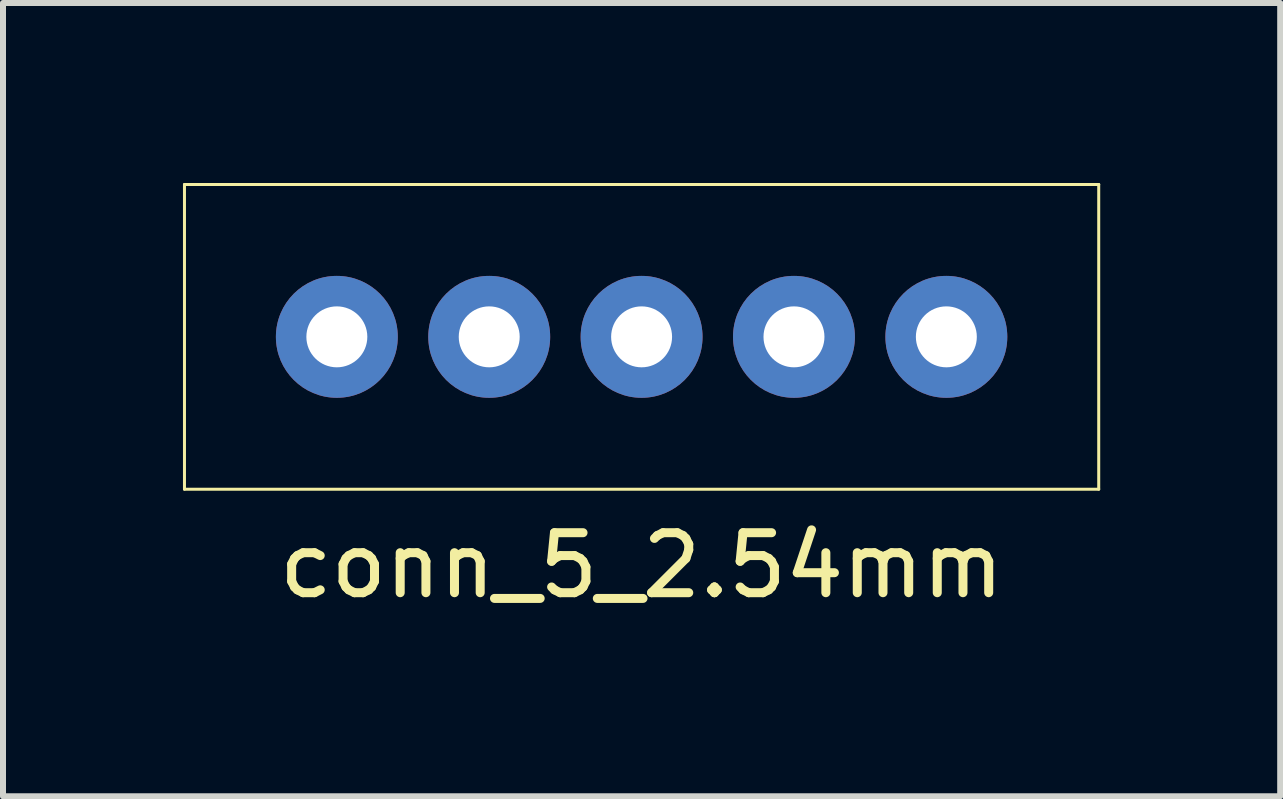
<source format=kicad_pcb>
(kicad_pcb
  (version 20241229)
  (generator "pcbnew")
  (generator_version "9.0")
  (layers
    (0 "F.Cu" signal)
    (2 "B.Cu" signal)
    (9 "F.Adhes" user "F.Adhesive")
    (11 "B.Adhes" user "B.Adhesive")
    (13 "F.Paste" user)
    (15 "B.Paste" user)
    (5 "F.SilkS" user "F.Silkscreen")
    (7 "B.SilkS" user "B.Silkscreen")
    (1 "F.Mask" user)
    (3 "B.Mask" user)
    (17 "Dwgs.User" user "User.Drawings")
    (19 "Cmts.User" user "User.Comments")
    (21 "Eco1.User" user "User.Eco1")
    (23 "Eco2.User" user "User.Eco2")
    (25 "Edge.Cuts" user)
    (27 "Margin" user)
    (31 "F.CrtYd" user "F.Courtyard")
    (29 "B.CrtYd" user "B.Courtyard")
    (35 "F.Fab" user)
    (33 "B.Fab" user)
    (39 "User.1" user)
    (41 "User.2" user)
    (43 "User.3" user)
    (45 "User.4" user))
  (footprint "conn_5_2.54mm"
    (layer "F.Cu")
    (at 2.565 2.565)
    (property "Reference" "conn_5_2.54mm" (at 5.08 3.81 0) (layer "F.SilkS") (effects (font (size 1 1) (thickness 0.15))))
    (attr through_hole)
    (fp_line (start -2.54 -2.54) (end 12.7 -2.54) (stroke (width 0.05) (type solid)) (layer "F.SilkS"))
    (fp_line (start -2.54 2.54) (end -2.54 -2.54) (stroke (width 0.05) (type solid)) (layer "F.SilkS"))
    (fp_line (start 12.7 -2.54) (end 12.7 2.54) (stroke (width 0.05) (type solid)) (layer "F.SilkS"))
    (fp_line (start 12.7 2.54) (end -2.54 2.54) (stroke (width 0.05) (type solid)) (layer "F.SilkS"))
    (pad "1" thru_hole circle (at 0 0) (size 2.032 2.032) (drill 1.016) (layers "*.Cu" "*.Mask"))
    (pad "2" thru_hole circle (at 2.54 0) (size 2.032 2.032) (drill 1.016) (layers "*.Cu" "*.Mask"))
    (pad "3" thru_hole circle (at 5.08 0) (size 2.032 2.032) (drill 1.016) (layers "*.Cu" "*.Mask"))
    (pad "4" thru_hole circle (at 7.62 0) (size 2.032 2.032) (drill 1.016) (layers "*.Cu" "*.Mask"))
    (pad "5" thru_hole circle (at 10.16 0) (size 2.032 2.032) (drill 1.016) (layers "*.Cu" "*.Mask")))
  (gr_rect
    (start -3 -3)
    (end 18.29 10.223)
    (stroke (width 0.1) (type default))
    (fill no)
    (layer "Edge.Cuts")))
</source>
